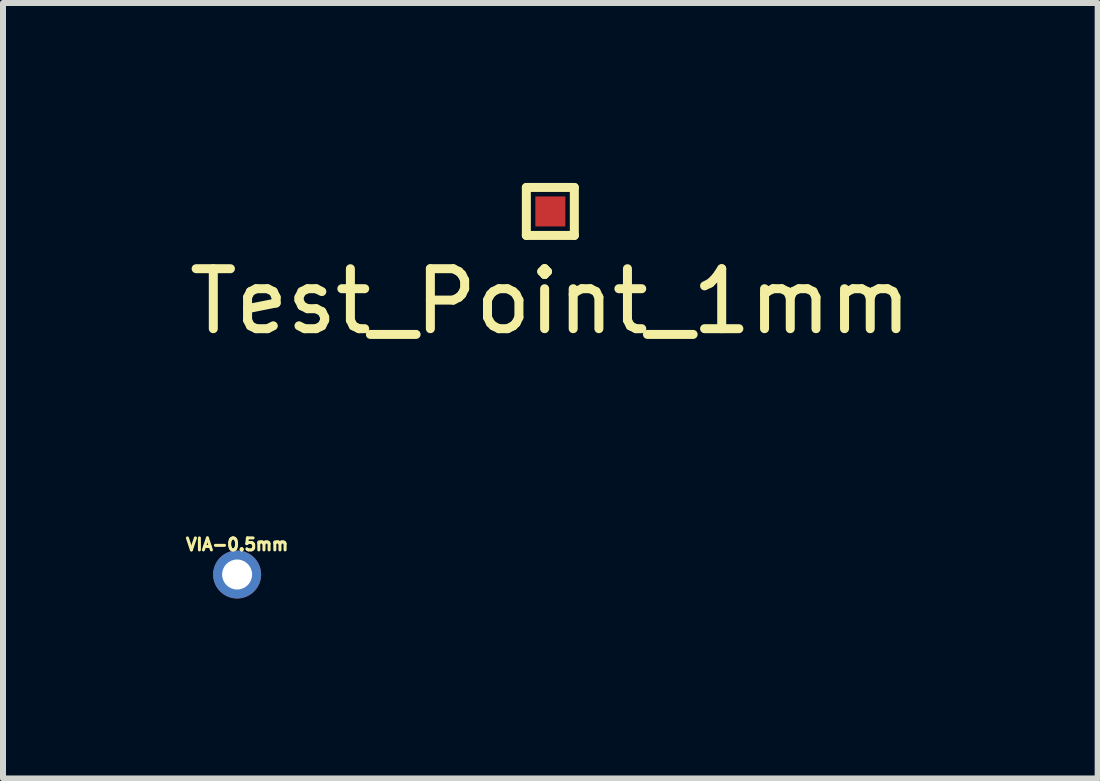
<source format=kicad_pcb>
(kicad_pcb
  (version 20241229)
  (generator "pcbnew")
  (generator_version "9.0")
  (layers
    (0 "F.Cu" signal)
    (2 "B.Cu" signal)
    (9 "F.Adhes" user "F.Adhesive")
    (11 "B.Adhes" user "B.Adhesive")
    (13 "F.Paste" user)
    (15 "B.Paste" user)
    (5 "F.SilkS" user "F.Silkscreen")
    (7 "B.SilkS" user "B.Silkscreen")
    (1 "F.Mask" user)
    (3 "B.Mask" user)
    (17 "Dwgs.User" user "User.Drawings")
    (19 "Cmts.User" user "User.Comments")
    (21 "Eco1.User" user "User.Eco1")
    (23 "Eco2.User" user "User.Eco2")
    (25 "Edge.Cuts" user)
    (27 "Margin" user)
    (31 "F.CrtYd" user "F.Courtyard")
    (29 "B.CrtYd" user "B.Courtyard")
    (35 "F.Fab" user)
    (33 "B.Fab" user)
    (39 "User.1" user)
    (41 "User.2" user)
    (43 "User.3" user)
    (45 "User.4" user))
  (footprint "Test_Point_1mm"
    (layer "F.Cu")
    (at 6.125 0.475)
    (property "Reference" "Test_Point_1mm" (at 0 1.5 0) (layer "F.SilkS") (effects (font (size 1 1) (thickness 0.15))))
    (attr through_hole)
    (fp_line (start -0.4 -0.4) (end 0.4 -0.4) (stroke (width 0.15) (type solid)) (layer "F.SilkS"))
    (fp_line (start -0.4 0.4) (end -0.4 -0.4) (stroke (width 0.15) (type solid)) (layer "F.SilkS"))
    (fp_line (start 0.4 -0.4) (end 0.4 0.4) (stroke (width 0.15) (type solid)) (layer "F.SilkS"))
    (fp_line (start 0.4 0.4) (end -0.4 0.4) (stroke (width 0.15) (type solid)) (layer "F.SilkS"))
    (pad "1" smd rect (at 0 0) (size 0.5 0.5) (layers "F.Cu" "F.Mask")))
  (footprint "VIA-0.5mm"
    (layer "F.Cu")
    (at 0.903 6.528)
    (property "Reference" "VIA-0.5mm" (at 0 -0.5 0) (layer "F.SilkS") (effects (font (size 0.2 0.2) (thickness 0.05))))
    (attr through_hole)
    (pad "1" thru_hole circle (at 0 0) (size 0.8 0.8) (drill 0.5) (layers "*.Cu")))
  (gr_rect
    (start -3 -3)
    (end 15.25 9.928)
    (stroke (width 0.1) (type default))
    (fill no)
    (layer "Edge.Cuts")))
</source>
